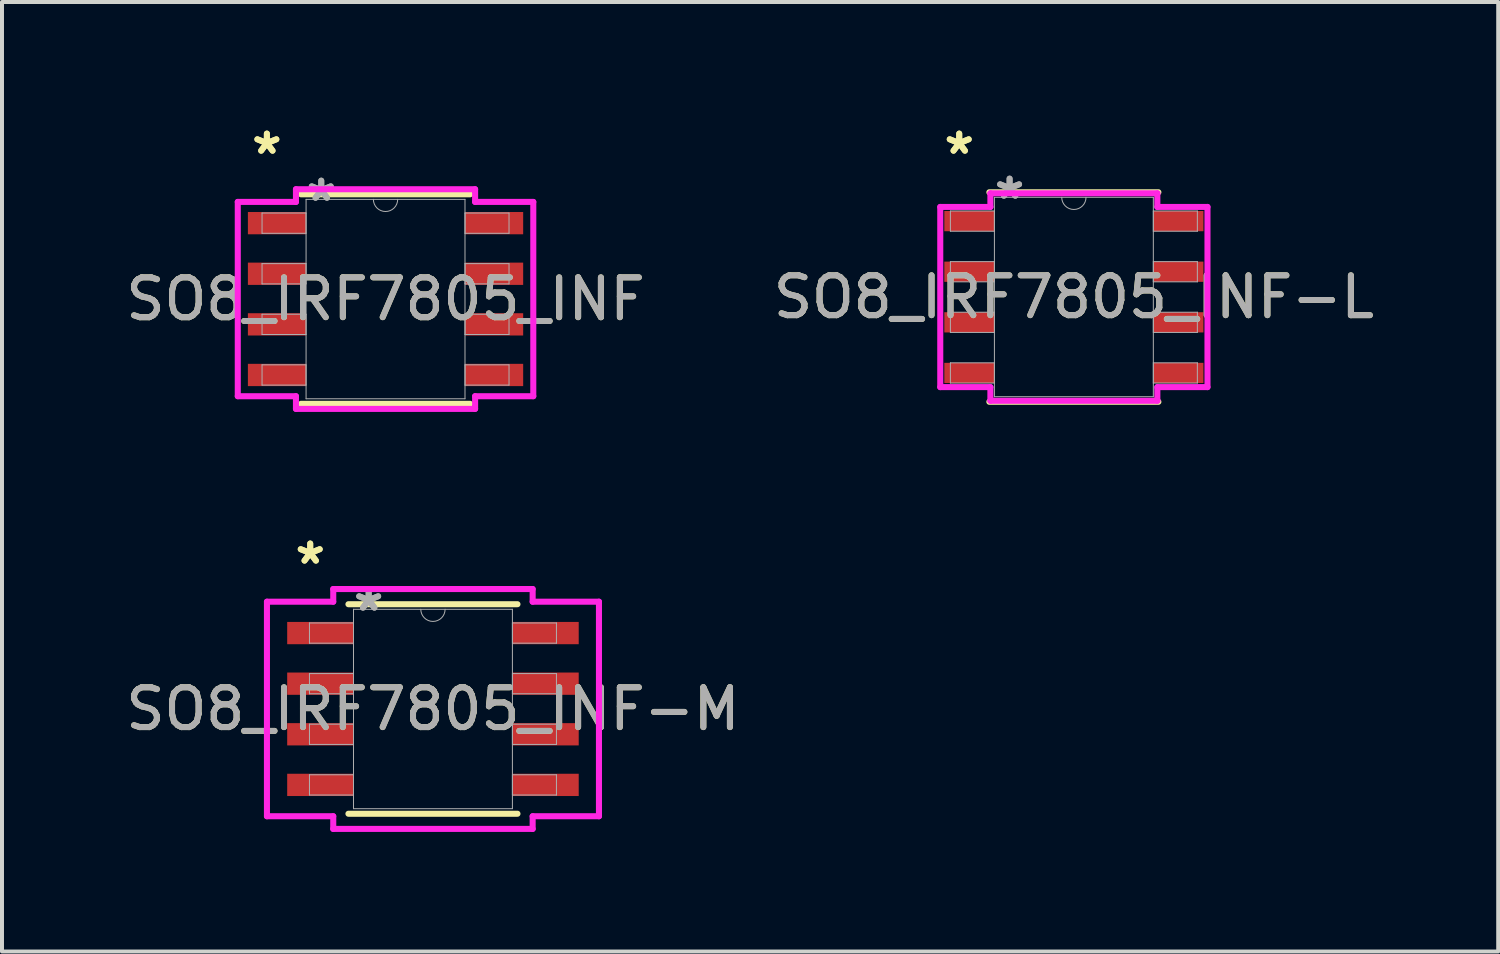
<source format=kicad_pcb>
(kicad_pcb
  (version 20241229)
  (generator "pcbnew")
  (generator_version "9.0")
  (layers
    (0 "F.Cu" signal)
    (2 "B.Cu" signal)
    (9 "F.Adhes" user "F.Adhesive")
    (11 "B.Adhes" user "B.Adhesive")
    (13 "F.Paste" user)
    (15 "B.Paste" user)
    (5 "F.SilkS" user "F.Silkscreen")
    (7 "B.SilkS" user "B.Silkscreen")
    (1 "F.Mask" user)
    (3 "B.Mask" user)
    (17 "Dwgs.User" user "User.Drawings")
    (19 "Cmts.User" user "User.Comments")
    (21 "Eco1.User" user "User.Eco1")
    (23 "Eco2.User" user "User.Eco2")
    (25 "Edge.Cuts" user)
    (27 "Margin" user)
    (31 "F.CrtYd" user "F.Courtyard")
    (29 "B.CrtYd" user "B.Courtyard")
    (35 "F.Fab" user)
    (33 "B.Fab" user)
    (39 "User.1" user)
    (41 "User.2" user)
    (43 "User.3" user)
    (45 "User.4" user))
  (footprint "SO8_IRF7805_INF-L"
    (layer "F.Cu")
    (at 23.899 4.404)
    (property "Reference" "SO8_IRF7805_INF-L" (at 0 0 0) (unlocked yes) (layer "F.SilkS") (effects (font (size 1 1) (thickness 0.15))))
    (attr smd)
    (fp_line (start -2.121 2.629) (end 2.121 2.629) (stroke (width 0.152) (type solid)) (layer "F.SilkS"))
    (fp_line (start 2.121 -2.629) (end -2.121 -2.629) (stroke (width 0.152) (type solid)) (layer "F.SilkS"))
    (fp_line (start -3.353 -2.261) (end -2.095 -2.261) (stroke (width 0.152) (type solid)) (layer "F.CrtYd"))
    (fp_line (start -3.353 2.261) (end -3.353 -2.261) (stroke (width 0.152) (type solid)) (layer "F.CrtYd"))
    (fp_line (start -3.353 2.261) (end -2.095 2.261) (stroke (width 0.152) (type solid)) (layer "F.CrtYd"))
    (fp_line (start -2.095 -2.603) (end 2.095 -2.603) (stroke (width 0.152) (type solid)) (layer "F.CrtYd"))
    (fp_line (start -2.095 -2.261) (end -2.095 -2.603) (stroke (width 0.152) (type solid)) (layer "F.CrtYd"))
    (fp_line (start -2.095 2.603) (end -2.095 2.261) (stroke (width 0.152) (type solid)) (layer "F.CrtYd"))
    (fp_line (start 2.095 -2.603) (end 2.095 -2.261) (stroke (width 0.152) (type solid)) (layer "F.CrtYd"))
    (fp_line (start 2.095 2.261) (end 2.095 2.603) (stroke (width 0.152) (type solid)) (layer "F.CrtYd"))
    (fp_line (start 2.095 2.603) (end -2.095 2.603) (stroke (width 0.152) (type solid)) (layer "F.CrtYd"))
    (fp_line (start 3.353 -2.261) (end 2.095 -2.261) (stroke (width 0.152) (type solid)) (layer "F.CrtYd"))
    (fp_line (start 3.353 -2.261) (end 3.353 2.261) (stroke (width 0.152) (type solid)) (layer "F.CrtYd"))
    (fp_line (start 3.353 2.261) (end 2.095 2.261) (stroke (width 0.152) (type solid)) (layer "F.CrtYd"))
    (fp_line (start -3.099 -2.159) (end -3.099 -1.651) (stroke (width 0.025) (type solid)) (layer "F.Fab"))
    (fp_line (start -3.099 -1.651) (end -1.994 -1.651) (stroke (width 0.025) (type solid)) (layer "F.Fab"))
    (fp_line (start -3.099 -0.889) (end -3.099 -0.381) (stroke (width 0.025) (type solid)) (layer "F.Fab"))
    (fp_line (start -3.099 -0.381) (end -1.994 -0.381) (stroke (width 0.025) (type solid)) (layer "F.Fab"))
    (fp_line (start -3.099 0.381) (end -3.099 0.889) (stroke (width 0.025) (type solid)) (layer "F.Fab"))
    (fp_line (start -3.099 0.889) (end -1.994 0.889) (stroke (width 0.025) (type solid)) (layer "F.Fab"))
    (fp_line (start -3.099 1.651) (end -3.099 2.159) (stroke (width 0.025) (type solid)) (layer "F.Fab"))
    (fp_line (start -3.099 2.159) (end -1.994 2.159) (stroke (width 0.025) (type solid)) (layer "F.Fab"))
    (fp_line (start -1.994 -2.502) (end -1.994 2.502) (stroke (width 0.025) (type solid)) (layer "F.Fab"))
    (fp_line (start -1.994 -2.159) (end -3.099 -2.159) (stroke (width 0.025) (type solid)) (layer "F.Fab"))
    (fp_line (start -1.994 -1.651) (end -1.994 -2.159) (stroke (width 0.025) (type solid)) (layer "F.Fab"))
    (fp_line (start -1.994 -0.889) (end -3.099 -0.889) (stroke (width 0.025) (type solid)) (layer "F.Fab"))
    (fp_line (start -1.994 -0.381) (end -1.994 -0.889) (stroke (width 0.025) (type solid)) (layer "F.Fab"))
    (fp_line (start -1.994 0.381) (end -3.099 0.381) (stroke (width 0.025) (type solid)) (layer "F.Fab"))
    (fp_line (start -1.994 0.889) (end -1.994 0.381) (stroke (width 0.025) (type solid)) (layer "F.Fab"))
    (fp_line (start -1.994 1.651) (end -3.099 1.651) (stroke (width 0.025) (type solid)) (layer "F.Fab"))
    (fp_line (start -1.994 2.159) (end -1.994 1.651) (stroke (width 0.025) (type solid)) (layer "F.Fab"))
    (fp_line (start -1.994 2.502) (end 1.994 2.502) (stroke (width 0.025) (type solid)) (layer "F.Fab"))
    (fp_line (start 1.994 -2.502) (end -1.994 -2.502) (stroke (width 0.025) (type solid)) (layer "F.Fab"))
    (fp_line (start 1.994 -2.159) (end 1.994 -1.651) (stroke (width 0.025) (type solid)) (layer "F.Fab"))
    (fp_line (start 1.994 -1.651) (end 3.099 -1.651) (stroke (width 0.025) (type solid)) (layer "F.Fab"))
    (fp_line (start 1.994 -0.889) (end 1.994 -0.381) (stroke (width 0.025) (type solid)) (layer "F.Fab"))
    (fp_line (start 1.994 -0.381) (end 3.099 -0.381) (stroke (width 0.025) (type solid)) (layer "F.Fab"))
    (fp_line (start 1.994 0.381) (end 1.994 0.889) (stroke (width 0.025) (type solid)) (layer "F.Fab"))
    (fp_line (start 1.994 0.889) (end 3.099 0.889) (stroke (width 0.025) (type solid)) (layer "F.Fab"))
    (fp_line (start 1.994 1.651) (end 1.994 2.159) (stroke (width 0.025) (type solid)) (layer "F.Fab"))
    (fp_line (start 1.994 2.159) (end 3.099 2.159) (stroke (width 0.025) (type solid)) (layer "F.Fab"))
    (fp_line (start 1.994 2.502) (end 1.994 -2.502) (stroke (width 0.025) (type solid)) (layer "F.Fab"))
    (fp_line (start 3.099 -2.159) (end 1.994 -2.159) (stroke (width 0.025) (type solid)) (layer "F.Fab"))
    (fp_line (start 3.099 -1.651) (end 3.099 -2.159) (stroke (width 0.025) (type solid)) (layer "F.Fab"))
    (fp_line (start 3.099 -0.889) (end 1.994 -0.889) (stroke (width 0.025) (type solid)) (layer "F.Fab"))
    (fp_line (start 3.099 -0.381) (end 3.099 -0.889) (stroke (width 0.025) (type solid)) (layer "F.Fab"))
    (fp_line (start 3.099 0.381) (end 1.994 0.381) (stroke (width 0.025) (type solid)) (layer "F.Fab"))
    (fp_line (start 3.099 0.889) (end 3.099 0.381) (stroke (width 0.025) (type solid)) (layer "F.Fab"))
    (fp_line (start 3.099 1.651) (end 1.994 1.651) (stroke (width 0.025) (type solid)) (layer "F.Fab"))
    (fp_line (start 3.099 2.159) (end 3.099 1.651) (stroke (width 0.025) (type solid)) (layer "F.Fab"))
    (fp_arc (start 0.3048 -2.5019) (mid 0 -2.1971) (end -0.3048 -2.5019) (stroke (width 0.0254) (type solid)) (layer "F.Fab"))
    (fp_text user "*" (at -2.877 -3.556 0) (unlocked yes) (layer "F.SilkS") (effects (font (size 1 1) (thickness 0.15))))
    (fp_text user "*" (at -2.877 -3.556 0) (layer "F.SilkS") (effects (font (size 1 1) (thickness 0.15))))
    (fp_text user "*" (at -1.613 -2.426 0) (unlocked yes) (layer "F.Fab") (effects (font (size 1 1) (thickness 0.15))))
    (fp_text user "*" (at -1.613 -2.426 0) (layer "F.Fab") (effects (font (size 1 1) (thickness 0.15))))
    (fp_text user "${REFERENCE}" (at 0 0 0) (unlocked yes) (layer "F.Fab") (effects (font (size 1 1) (thickness 0.15))))
    (pad "1" smd rect (at -2.623 -1.905) (size 1.257 0.508) (layers "F.Cu" "F.Mask" "F.Paste"))
    (pad "2" smd rect (at -2.623 -0.635) (size 1.257 0.508) (layers "F.Cu" "F.Mask" "F.Paste"))
    (pad "3" smd rect (at -2.623 0.635) (size 1.257 0.508) (layers "F.Cu" "F.Mask" "F.Paste"))
    (pad "4" smd rect (at -2.623 1.905) (size 1.257 0.508) (layers "F.Cu" "F.Mask" "F.Paste"))
    (pad "5" smd rect (at 2.623 1.905) (size 1.257 0.508) (layers "F.Cu" "F.Mask" "F.Paste"))
    (pad "6" smd rect (at 2.623 0.635) (size 1.257 0.508) (layers "F.Cu" "F.Mask" "F.Paste"))
    (pad "7" smd rect (at 2.623 -0.635) (size 1.257 0.508) (layers "F.Cu" "F.Mask" "F.Paste"))
    (pad "8" smd rect (at 2.623 -1.905) (size 1.257 0.508) (layers "F.Cu" "F.Mask" "F.Paste")))
  (footprint "SO8_IRF7805_INF-M"
    (layer "F.Cu")
    (at 7.815 14.742)
    (property "Reference" "SO8_IRF7805_INF-M" (at 0 0 0) (unlocked yes) (layer "F.SilkS") (effects (font (size 1 1) (thickness 0.15))))
    (attr smd)
    (fp_line (start -2.121 2.629) (end 2.121 2.629) (stroke (width 0.152) (type solid)) (layer "F.SilkS"))
    (fp_line (start 2.121 -2.629) (end -2.121 -2.629) (stroke (width 0.152) (type solid)) (layer "F.SilkS"))
    (fp_line (start -4.166 -2.692) (end -2.502 -2.692) (stroke (width 0.152) (type solid)) (layer "F.CrtYd"))
    (fp_line (start -4.166 2.692) (end -4.166 -2.692) (stroke (width 0.152) (type solid)) (layer "F.CrtYd"))
    (fp_line (start -4.166 2.692) (end -2.502 2.692) (stroke (width 0.152) (type solid)) (layer "F.CrtYd"))
    (fp_line (start -2.502 -3.01) (end 2.502 -3.01) (stroke (width 0.152) (type solid)) (layer "F.CrtYd"))
    (fp_line (start -2.502 -2.692) (end -2.502 -3.01) (stroke (width 0.152) (type solid)) (layer "F.CrtYd"))
    (fp_line (start -2.502 3.01) (end -2.502 2.692) (stroke (width 0.152) (type solid)) (layer "F.CrtYd"))
    (fp_line (start 2.502 -3.01) (end 2.502 -2.692) (stroke (width 0.152) (type solid)) (layer "F.CrtYd"))
    (fp_line (start 2.502 2.692) (end 2.502 3.01) (stroke (width 0.152) (type solid)) (layer "F.CrtYd"))
    (fp_line (start 2.502 3.01) (end -2.502 3.01) (stroke (width 0.152) (type solid)) (layer "F.CrtYd"))
    (fp_line (start 4.166 -2.692) (end 2.502 -2.692) (stroke (width 0.152) (type solid)) (layer "F.CrtYd"))
    (fp_line (start 4.166 -2.692) (end 4.166 2.692) (stroke (width 0.152) (type solid)) (layer "F.CrtYd"))
    (fp_line (start 4.166 2.692) (end 2.502 2.692) (stroke (width 0.152) (type solid)) (layer "F.CrtYd"))
    (fp_line (start -3.099 -2.159) (end -3.099 -1.651) (stroke (width 0.025) (type solid)) (layer "F.Fab"))
    (fp_line (start -3.099 -1.651) (end -1.994 -1.651) (stroke (width 0.025) (type solid)) (layer "F.Fab"))
    (fp_line (start -3.099 -0.889) (end -3.099 -0.381) (stroke (width 0.025) (type solid)) (layer "F.Fab"))
    (fp_line (start -3.099 -0.381) (end -1.994 -0.381) (stroke (width 0.025) (type solid)) (layer "F.Fab"))
    (fp_line (start -3.099 0.381) (end -3.099 0.889) (stroke (width 0.025) (type solid)) (layer "F.Fab"))
    (fp_line (start -3.099 0.889) (end -1.994 0.889) (stroke (width 0.025) (type solid)) (layer "F.Fab"))
    (fp_line (start -3.099 1.651) (end -3.099 2.159) (stroke (width 0.025) (type solid)) (layer "F.Fab"))
    (fp_line (start -3.099 2.159) (end -1.994 2.159) (stroke (width 0.025) (type solid)) (layer "F.Fab"))
    (fp_line (start -1.994 -2.502) (end -1.994 2.502) (stroke (width 0.025) (type solid)) (layer "F.Fab"))
    (fp_line (start -1.994 -2.159) (end -3.099 -2.159) (stroke (width 0.025) (type solid)) (layer "F.Fab"))
    (fp_line (start -1.994 -1.651) (end -1.994 -2.159) (stroke (width 0.025) (type solid)) (layer "F.Fab"))
    (fp_line (start -1.994 -0.889) (end -3.099 -0.889) (stroke (width 0.025) (type solid)) (layer "F.Fab"))
    (fp_line (start -1.994 -0.381) (end -1.994 -0.889) (stroke (width 0.025) (type solid)) (layer "F.Fab"))
    (fp_line (start -1.994 0.381) (end -3.099 0.381) (stroke (width 0.025) (type solid)) (layer "F.Fab"))
    (fp_line (start -1.994 0.889) (end -1.994 0.381) (stroke (width 0.025) (type solid)) (layer "F.Fab"))
    (fp_line (start -1.994 1.651) (end -3.099 1.651) (stroke (width 0.025) (type solid)) (layer "F.Fab"))
    (fp_line (start -1.994 2.159) (end -1.994 1.651) (stroke (width 0.025) (type solid)) (layer "F.Fab"))
    (fp_line (start -1.994 2.502) (end 1.994 2.502) (stroke (width 0.025) (type solid)) (layer "F.Fab"))
    (fp_line (start 1.994 -2.502) (end -1.994 -2.502) (stroke (width 0.025) (type solid)) (layer "F.Fab"))
    (fp_line (start 1.994 -2.159) (end 1.994 -1.651) (stroke (width 0.025) (type solid)) (layer "F.Fab"))
    (fp_line (start 1.994 -1.651) (end 3.099 -1.651) (stroke (width 0.025) (type solid)) (layer "F.Fab"))
    (fp_line (start 1.994 -0.889) (end 1.994 -0.381) (stroke (width 0.025) (type solid)) (layer "F.Fab"))
    (fp_line (start 1.994 -0.381) (end 3.099 -0.381) (stroke (width 0.025) (type solid)) (layer "F.Fab"))
    (fp_line (start 1.994 0.381) (end 1.994 0.889) (stroke (width 0.025) (type solid)) (layer "F.Fab"))
    (fp_line (start 1.994 0.889) (end 3.099 0.889) (stroke (width 0.025) (type solid)) (layer "F.Fab"))
    (fp_line (start 1.994 1.651) (end 1.994 2.159) (stroke (width 0.025) (type solid)) (layer "F.Fab"))
    (fp_line (start 1.994 2.159) (end 3.099 2.159) (stroke (width 0.025) (type solid)) (layer "F.Fab"))
    (fp_line (start 1.994 2.502) (end 1.994 -2.502) (stroke (width 0.025) (type solid)) (layer "F.Fab"))
    (fp_line (start 3.099 -2.159) (end 1.994 -2.159) (stroke (width 0.025) (type solid)) (layer "F.Fab"))
    (fp_line (start 3.099 -1.651) (end 3.099 -2.159) (stroke (width 0.025) (type solid)) (layer "F.Fab"))
    (fp_line (start 3.099 -0.889) (end 1.994 -0.889) (stroke (width 0.025) (type solid)) (layer "F.Fab"))
    (fp_line (start 3.099 -0.381) (end 3.099 -0.889) (stroke (width 0.025) (type solid)) (layer "F.Fab"))
    (fp_line (start 3.099 0.381) (end 1.994 0.381) (stroke (width 0.025) (type solid)) (layer "F.Fab"))
    (fp_line (start 3.099 0.889) (end 3.099 0.381) (stroke (width 0.025) (type solid)) (layer "F.Fab"))
    (fp_line (start 3.099 1.651) (end 1.994 1.651) (stroke (width 0.025) (type solid)) (layer "F.Fab"))
    (fp_line (start 3.099 2.159) (end 3.099 1.651) (stroke (width 0.025) (type solid)) (layer "F.Fab"))
    (fp_arc (start 0.3048 -2.5019) (mid 0 -2.1971) (end -0.3048 -2.5019) (stroke (width 0.0254) (type solid)) (layer "F.Fab"))
    (fp_text user "*" (at -3.08 -3.607 0) (unlocked yes) (layer "F.SilkS") (effects (font (size 1 1) (thickness 0.15))))
    (fp_text user "*" (at -3.08 -3.607 0) (layer "F.SilkS") (effects (font (size 1 1) (thickness 0.15))))
    (fp_text user "*" (at -1.613 -2.426 0) (unlocked yes) (layer "F.Fab") (effects (font (size 1 1) (thickness 0.15))))
    (fp_text user "${REFERENCE}" (at 0 0 0) (unlocked yes) (layer "F.Fab") (effects (font (size 1 1) (thickness 0.15))))
    (fp_text user "*" (at -1.613 -2.426 0) (layer "F.Fab") (effects (font (size 1 1) (thickness 0.15))))
    (pad "1" smd rect (at -2.826 -1.905) (size 1.664 0.559) (layers "F.Cu" "F.Mask" "F.Paste"))
    (pad "2" smd rect (at -2.826 -0.635) (size 1.664 0.559) (layers "F.Cu" "F.Mask" "F.Paste"))
    (pad "3" smd rect (at -2.826 0.635) (size 1.664 0.559) (layers "F.Cu" "F.Mask" "F.Paste"))
    (pad "4" smd rect (at -2.826 1.905) (size 1.664 0.559) (layers "F.Cu" "F.Mask" "F.Paste"))
    (pad "5" smd rect (at 2.826 1.905) (size 1.664 0.559) (layers "F.Cu" "F.Mask" "F.Paste"))
    (pad "6" smd rect (at 2.826 0.635) (size 1.664 0.559) (layers "F.Cu" "F.Mask" "F.Paste"))
    (pad "7" smd rect (at 2.826 -0.635) (size 1.664 0.559) (layers "F.Cu" "F.Mask" "F.Paste"))
    (pad "8" smd rect (at 2.826 -1.905) (size 1.664 0.559) (layers "F.Cu" "F.Mask" "F.Paste")))
  (footprint "SO8_IRF7805_INF"
    (layer "F.Cu")
    (at 6.625 4.455)
    (property "Reference" "SO8_IRF7805_INF" (at 0 0 0) (unlocked yes) (layer "F.SilkS") (effects (font (size 1 1) (thickness 0.15))))
    (attr smd)
    (fp_line (start -2.121 2.629) (end 2.121 2.629) (stroke (width 0.152) (type solid)) (layer "F.SilkS"))
    (fp_line (start 2.121 -2.629) (end -2.121 -2.629) (stroke (width 0.152) (type solid)) (layer "F.SilkS"))
    (fp_line (start -3.708 -2.438) (end -2.248 -2.438) (stroke (width 0.152) (type solid)) (layer "F.CrtYd"))
    (fp_line (start -3.708 2.438) (end -3.708 -2.438) (stroke (width 0.152) (type solid)) (layer "F.CrtYd"))
    (fp_line (start -3.708 2.438) (end -2.248 2.438) (stroke (width 0.152) (type solid)) (layer "F.CrtYd"))
    (fp_line (start -2.248 -2.756) (end 2.248 -2.756) (stroke (width 0.152) (type solid)) (layer "F.CrtYd"))
    (fp_line (start -2.248 -2.438) (end -2.248 -2.756) (stroke (width 0.152) (type solid)) (layer "F.CrtYd"))
    (fp_line (start -2.248 2.756) (end -2.248 2.438) (stroke (width 0.152) (type solid)) (layer "F.CrtYd"))
    (fp_line (start 2.248 -2.756) (end 2.248 -2.438) (stroke (width 0.152) (type solid)) (layer "F.CrtYd"))
    (fp_line (start 2.248 2.438) (end 2.248 2.756) (stroke (width 0.152) (type solid)) (layer "F.CrtYd"))
    (fp_line (start 2.248 2.756) (end -2.248 2.756) (stroke (width 0.152) (type solid)) (layer "F.CrtYd"))
    (fp_line (start 3.708 -2.438) (end 2.248 -2.438) (stroke (width 0.152) (type solid)) (layer "F.CrtYd"))
    (fp_line (start 3.708 -2.438) (end 3.708 2.438) (stroke (width 0.152) (type solid)) (layer "F.CrtYd"))
    (fp_line (start 3.708 2.438) (end 2.248 2.438) (stroke (width 0.152) (type solid)) (layer "F.CrtYd"))
    (fp_line (start -3.099 -2.159) (end -3.099 -1.651) (stroke (width 0.025) (type solid)) (layer "F.Fab"))
    (fp_line (start -3.099 -1.651) (end -1.994 -1.651) (stroke (width 0.025) (type solid)) (layer "F.Fab"))
    (fp_line (start -3.099 -0.889) (end -3.099 -0.381) (stroke (width 0.025) (type solid)) (layer "F.Fab"))
    (fp_line (start -3.099 -0.381) (end -1.994 -0.381) (stroke (width 0.025) (type solid)) (layer "F.Fab"))
    (fp_line (start -3.099 0.381) (end -3.099 0.889) (stroke (width 0.025) (type solid)) (layer "F.Fab"))
    (fp_line (start -3.099 0.889) (end -1.994 0.889) (stroke (width 0.025) (type solid)) (layer "F.Fab"))
    (fp_line (start -3.099 1.651) (end -3.099 2.159) (stroke (width 0.025) (type solid)) (layer "F.Fab"))
    (fp_line (start -3.099 2.159) (end -1.994 2.159) (stroke (width 0.025) (type solid)) (layer "F.Fab"))
    (fp_line (start -1.994 -2.502) (end -1.994 2.502) (stroke (width 0.025) (type solid)) (layer "F.Fab"))
    (fp_line (start -1.994 -2.159) (end -3.099 -2.159) (stroke (width 0.025) (type solid)) (layer "F.Fab"))
    (fp_line (start -1.994 -1.651) (end -1.994 -2.159) (stroke (width 0.025) (type solid)) (layer "F.Fab"))
    (fp_line (start -1.994 -0.889) (end -3.099 -0.889) (stroke (width 0.025) (type solid)) (layer "F.Fab"))
    (fp_line (start -1.994 -0.381) (end -1.994 -0.889) (stroke (width 0.025) (type solid)) (layer "F.Fab"))
    (fp_line (start -1.994 0.381) (end -3.099 0.381) (stroke (width 0.025) (type solid)) (layer "F.Fab"))
    (fp_line (start -1.994 0.889) (end -1.994 0.381) (stroke (width 0.025) (type solid)) (layer "F.Fab"))
    (fp_line (start -1.994 1.651) (end -3.099 1.651) (stroke (width 0.025) (type solid)) (layer "F.Fab"))
    (fp_line (start -1.994 2.159) (end -1.994 1.651) (stroke (width 0.025) (type solid)) (layer "F.Fab"))
    (fp_line (start -1.994 2.502) (end 1.994 2.502) (stroke (width 0.025) (type solid)) (layer "F.Fab"))
    (fp_line (start 1.994 -2.502) (end -1.994 -2.502) (stroke (width 0.025) (type solid)) (layer "F.Fab"))
    (fp_line (start 1.994 -2.159) (end 1.994 -1.651) (stroke (width 0.025) (type solid)) (layer "F.Fab"))
    (fp_line (start 1.994 -1.651) (end 3.099 -1.651) (stroke (width 0.025) (type solid)) (layer "F.Fab"))
    (fp_line (start 1.994 -0.889) (end 1.994 -0.381) (stroke (width 0.025) (type solid)) (layer "F.Fab"))
    (fp_line (start 1.994 -0.381) (end 3.099 -0.381) (stroke (width 0.025) (type solid)) (layer "F.Fab"))
    (fp_line (start 1.994 0.381) (end 1.994 0.889) (stroke (width 0.025) (type solid)) (layer "F.Fab"))
    (fp_line (start 1.994 0.889) (end 3.099 0.889) (stroke (width 0.025) (type solid)) (layer "F.Fab"))
    (fp_line (start 1.994 1.651) (end 1.994 2.159) (stroke (width 0.025) (type solid)) (layer "F.Fab"))
    (fp_line (start 1.994 2.159) (end 3.099 2.159) (stroke (width 0.025) (type solid)) (layer "F.Fab"))
    (fp_line (start 1.994 2.502) (end 1.994 -2.502) (stroke (width 0.025) (type solid)) (layer "F.Fab"))
    (fp_line (start 3.099 -2.159) (end 1.994 -2.159) (stroke (width 0.025) (type solid)) (layer "F.Fab"))
    (fp_line (start 3.099 -1.651) (end 3.099 -2.159) (stroke (width 0.025) (type solid)) (layer "F.Fab"))
    (fp_line (start 3.099 -0.889) (end 1.994 -0.889) (stroke (width 0.025) (type solid)) (layer "F.Fab"))
    (fp_line (start 3.099 -0.381) (end 3.099 -0.889) (stroke (width 0.025) (type solid)) (layer "F.Fab"))
    (fp_line (start 3.099 0.381) (end 1.994 0.381) (stroke (width 0.025) (type solid)) (layer "F.Fab"))
    (fp_line (start 3.099 0.889) (end 3.099 0.381) (stroke (width 0.025) (type solid)) (layer "F.Fab"))
    (fp_line (start 3.099 1.651) (end 1.994 1.651) (stroke (width 0.025) (type solid)) (layer "F.Fab"))
    (fp_line (start 3.099 2.159) (end 3.099 1.651) (stroke (width 0.025) (type solid)) (layer "F.Fab"))
    (fp_arc (start 0.3048 -2.5019) (mid 0 -2.1971) (end -0.3048 -2.5019) (stroke (width 0.0254) (type solid)) (layer "F.Fab"))
    (fp_text user "*" (at -2.978 -3.607 0) (layer "F.SilkS") (effects (font (size 1 1) (thickness 0.15))))
    (fp_text user "*" (at -2.978 -3.607 0) (unlocked yes) (layer "F.SilkS") (effects (font (size 1 1) (thickness 0.15))))
    (fp_text user "${REFERENCE}" (at 0 0 0) (unlocked yes) (layer "F.Fab") (effects (font (size 1 1) (thickness 0.15))))
    (fp_text user "*" (at -1.613 -2.426 0) (unlocked yes) (layer "F.Fab") (effects (font (size 1 1) (thickness 0.15))))
    (fp_text user "*" (at -1.613 -2.426 0) (layer "F.Fab") (effects (font (size 1 1) (thickness 0.15))))
    (pad "1" smd rect (at -2.724 -1.905) (size 1.46 0.559) (layers "F.Cu" "F.Mask" "F.Paste"))
    (pad "2" smd rect (at -2.724 -0.635) (size 1.46 0.559) (layers "F.Cu" "F.Mask" "F.Paste"))
    (pad "3" smd rect (at -2.724 0.635) (size 1.46 0.559) (layers "F.Cu" "F.Mask" "F.Paste"))
    (pad "4" smd rect (at -2.724 1.905) (size 1.46 0.559) (layers "F.Cu" "F.Mask" "F.Paste"))
    (pad "5" smd rect (at 2.724 1.905) (size 1.46 0.559) (layers "F.Cu" "F.Mask" "F.Paste"))
    (pad "6" smd rect (at 2.724 0.635) (size 1.46 0.559) (layers "F.Cu" "F.Mask" "F.Paste"))
    (pad "7" smd rect (at 2.724 -0.635) (size 1.46 0.559) (layers "F.Cu" "F.Mask" "F.Paste"))
    (pad "8" smd rect (at 2.724 -1.905) (size 1.46 0.559) (layers "F.Cu" "F.Mask" "F.Paste")))
  (gr_rect
    (start -3 -3)
    (end 34.548 20.828)
    (stroke (width 0.1) (type default))
    (fill no)
    (layer "Edge.Cuts")))
</source>
